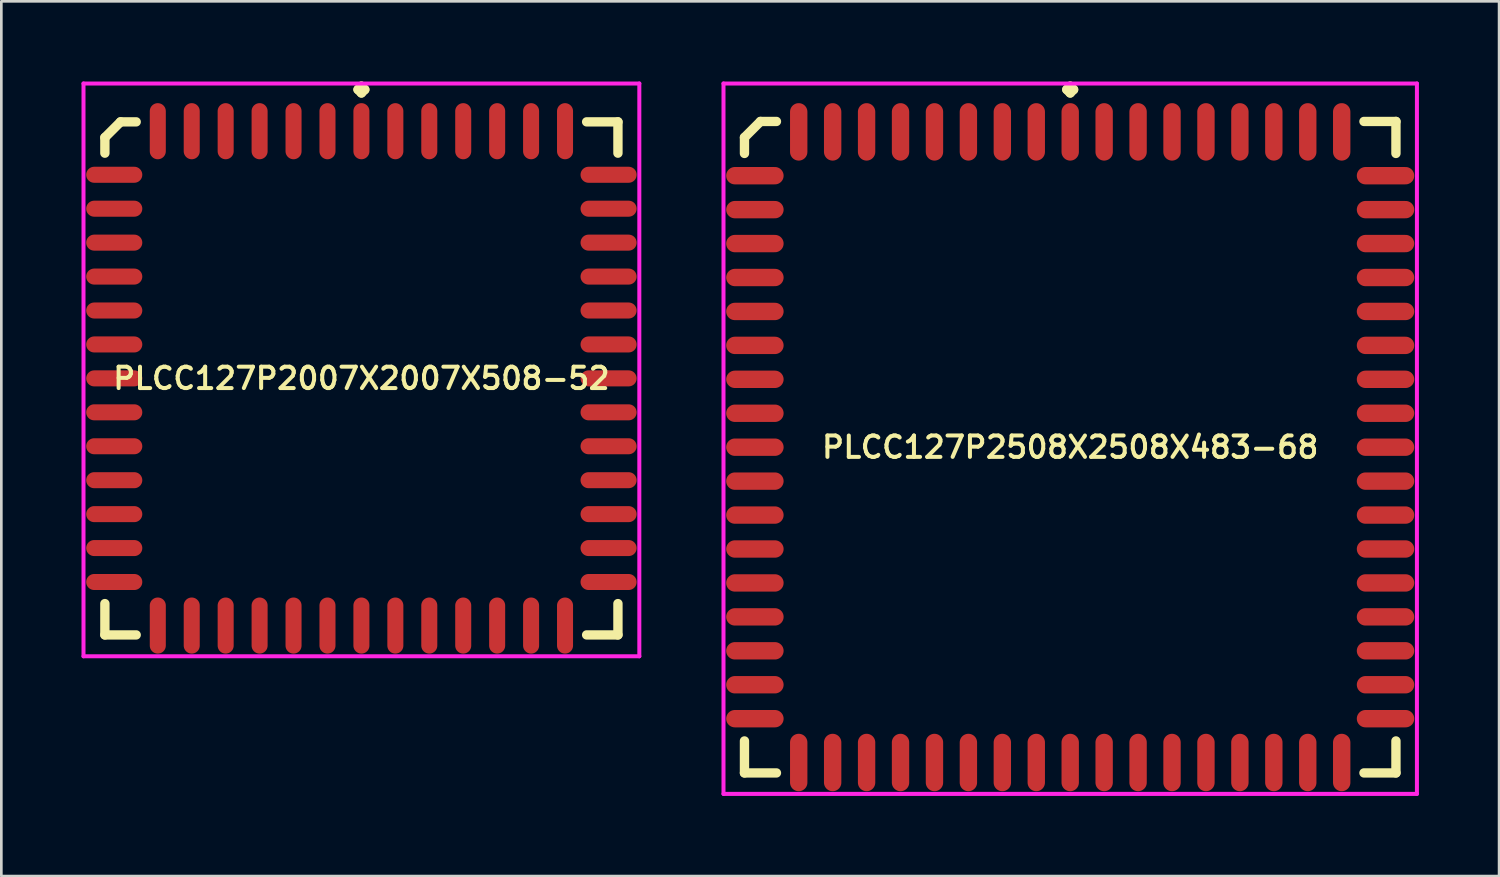
<source format=kicad_pcb>
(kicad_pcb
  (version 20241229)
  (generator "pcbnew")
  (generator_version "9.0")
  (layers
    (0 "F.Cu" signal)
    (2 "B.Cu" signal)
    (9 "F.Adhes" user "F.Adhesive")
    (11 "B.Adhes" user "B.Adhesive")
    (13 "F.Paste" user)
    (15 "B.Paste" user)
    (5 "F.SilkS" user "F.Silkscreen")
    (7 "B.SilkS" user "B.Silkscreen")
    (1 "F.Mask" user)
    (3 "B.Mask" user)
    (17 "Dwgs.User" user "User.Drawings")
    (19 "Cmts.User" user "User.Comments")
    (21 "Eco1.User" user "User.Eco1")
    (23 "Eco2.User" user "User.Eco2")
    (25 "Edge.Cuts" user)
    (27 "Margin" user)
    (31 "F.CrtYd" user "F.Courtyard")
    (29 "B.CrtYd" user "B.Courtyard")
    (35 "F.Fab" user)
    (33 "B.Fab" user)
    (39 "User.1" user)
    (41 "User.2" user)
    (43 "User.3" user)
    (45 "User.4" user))
  (footprint "PLCC127P2508X2508X483-68"
    (layer "F.Cu")
    (at 37 13.685)
    (property "Reference" "PLCC127P2508X2508X483-68" (at 0 0 0) (layer "F.SilkS") (effects (font (size 0.8 0.8) (thickness 0.15))))
    (attr smd)
    (fp_line (start -12.19 -11.591) (end -11.591 -12.19) (stroke (width 0.35) (type solid)) (layer "F.SilkS"))
    (fp_line (start -12.19 -10.993) (end -12.19 -11.591) (stroke (width 0.35) (type solid)) (layer "F.SilkS"))
    (fp_line (start -12.19 10.993) (end -12.19 12.19) (stroke (width 0.35) (type solid)) (layer "F.SilkS"))
    (fp_line (start -12.19 12.19) (end -10.993 12.19) (stroke (width 0.35) (type solid)) (layer "F.SilkS"))
    (fp_line (start -11.591 -12.19) (end -10.993 -12.19) (stroke (width 0.35) (type solid)) (layer "F.SilkS"))
    (fp_line (start -0.127 -13.383) (end 0 -13.51) (stroke (width 0.35) (type solid)) (layer "F.SilkS"))
    (fp_line (start 0 -13.51) (end 0.127 -13.383) (stroke (width 0.35) (type solid)) (layer "F.SilkS"))
    (fp_line (start 0 -13.256) (end -0.127 -13.383) (stroke (width 0.35) (type solid)) (layer "F.SilkS"))
    (fp_line (start 0.127 -13.383) (end 0 -13.256) (stroke (width 0.35) (type solid)) (layer "F.SilkS"))
    (fp_line (start 12.19 -12.19) (end 10.993 -12.19) (stroke (width 0.35) (type solid)) (layer "F.SilkS"))
    (fp_line (start 12.19 -10.993) (end 12.19 -12.19) (stroke (width 0.35) (type solid)) (layer "F.SilkS"))
    (fp_line (start 12.19 10.993) (end 12.19 12.19) (stroke (width 0.35) (type solid)) (layer "F.SilkS"))
    (fp_line (start 12.19 12.19) (end 10.993 12.19) (stroke (width 0.35) (type solid)) (layer "F.SilkS"))
    (fp_line (start -12.975 -13.61) (end 12.975 -13.61) (stroke (width 0.15) (type solid)) (layer "F.CrtYd"))
    (fp_line (start -12.975 12.975) (end -12.975 -13.61) (stroke (width 0.15) (type solid)) (layer "F.CrtYd"))
    (fp_line (start 12.975 -13.61) (end 12.975 12.975) (stroke (width 0.15) (type solid)) (layer "F.CrtYd"))
    (fp_line (start 12.975 12.975) (end -12.975 12.975) (stroke (width 0.15) (type solid)) (layer "F.CrtYd"))
    (pad "1" smd oval (at 0 -11.8) (size 0.65 2.15) (layers "F.Cu" "F.Mask" "F.Paste"))
    (pad "2" smd oval (at -1.27 -11.8) (size 0.65 2.15) (layers "F.Cu" "F.Mask" "F.Paste"))
    (pad "3" smd oval (at -2.54 -11.8) (size 0.65 2.15) (layers "F.Cu" "F.Mask" "F.Paste"))
    (pad "4" smd oval (at -3.81 -11.8) (size 0.65 2.15) (layers "F.Cu" "F.Mask" "F.Paste"))
    (pad "5" smd oval (at -5.08 -11.8) (size 0.65 2.15) (layers "F.Cu" "F.Mask" "F.Paste"))
    (pad "6" smd oval (at -6.35 -11.8) (size 0.65 2.15) (layers "F.Cu" "F.Mask" "F.Paste"))
    (pad "7" smd oval (at -7.62 -11.8) (size 0.65 2.15) (layers "F.Cu" "F.Mask" "F.Paste"))
    (pad "8" smd oval (at -8.89 -11.8) (size 0.65 2.15) (layers "F.Cu" "F.Mask" "F.Paste"))
    (pad "9" smd oval (at -10.16 -11.8) (size 0.65 2.15) (layers "F.Cu" "F.Mask" "F.Paste"))
    (pad "10" smd oval (at -11.8 -10.16) (size 2.15 0.65) (layers "F.Cu" "F.Mask" "F.Paste"))
    (pad "11" smd oval (at -11.8 -8.89) (size 2.15 0.65) (layers "F.Cu" "F.Mask" "F.Paste"))
    (pad "12" smd oval (at -11.8 -7.62) (size 2.15 0.65) (layers "F.Cu" "F.Mask" "F.Paste"))
    (pad "13" smd oval (at -11.8 -6.35) (size 2.15 0.65) (layers "F.Cu" "F.Mask" "F.Paste"))
    (pad "14" smd oval (at -11.8 -5.08) (size 2.15 0.65) (layers "F.Cu" "F.Mask" "F.Paste"))
    (pad "15" smd oval (at -11.8 -3.81) (size 2.15 0.65) (layers "F.Cu" "F.Mask" "F.Paste"))
    (pad "16" smd oval (at -11.8 -2.54) (size 2.15 0.65) (layers "F.Cu" "F.Mask" "F.Paste"))
    (pad "17" smd oval (at -11.8 -1.27) (size 2.15 0.65) (layers "F.Cu" "F.Mask" "F.Paste"))
    (pad "18" smd oval (at -11.8 0) (size 2.15 0.65) (layers "F.Cu" "F.Mask" "F.Paste"))
    (pad "19" smd oval (at -11.8 1.27) (size 2.15 0.65) (layers "F.Cu" "F.Mask" "F.Paste"))
    (pad "20" smd oval (at -11.8 2.54) (size 2.15 0.65) (layers "F.Cu" "F.Mask" "F.Paste"))
    (pad "21" smd oval (at -11.8 3.81) (size 2.15 0.65) (layers "F.Cu" "F.Mask" "F.Paste"))
    (pad "22" smd oval (at -11.8 5.08) (size 2.15 0.65) (layers "F.Cu" "F.Mask" "F.Paste"))
    (pad "23" smd oval (at -11.8 6.35) (size 2.15 0.65) (layers "F.Cu" "F.Mask" "F.Paste"))
    (pad "24" smd oval (at -11.8 7.62) (size 2.15 0.65) (layers "F.Cu" "F.Mask" "F.Paste"))
    (pad "25" smd oval (at -11.8 8.89) (size 2.15 0.65) (layers "F.Cu" "F.Mask" "F.Paste"))
    (pad "26" smd oval (at -11.8 10.16) (size 2.15 0.65) (layers "F.Cu" "F.Mask" "F.Paste"))
    (pad "27" smd oval (at -10.16 11.8) (size 0.65 2.15) (layers "F.Cu" "F.Mask" "F.Paste"))
    (pad "28" smd oval (at -8.89 11.8) (size 0.65 2.15) (layers "F.Cu" "F.Mask" "F.Paste"))
    (pad "29" smd oval (at -7.62 11.8) (size 0.65 2.15) (layers "F.Cu" "F.Mask" "F.Paste"))
    (pad "30" smd oval (at -6.35 11.8) (size 0.65 2.15) (layers "F.Cu" "F.Mask" "F.Paste"))
    (pad "31" smd oval (at -5.08 11.8) (size 0.65 2.15) (layers "F.Cu" "F.Mask" "F.Paste"))
    (pad "32" smd oval (at -3.81 11.8) (size 0.65 2.15) (layers "F.Cu" "F.Mask" "F.Paste"))
    (pad "33" smd oval (at -2.54 11.8) (size 0.65 2.15) (layers "F.Cu" "F.Mask" "F.Paste"))
    (pad "34" smd oval (at -1.27 11.8) (size 0.65 2.15) (layers "F.Cu" "F.Mask" "F.Paste"))
    (pad "35" smd oval (at 0 11.8) (size 0.65 2.15) (layers "F.Cu" "F.Mask" "F.Paste"))
    (pad "36" smd oval (at 1.27 11.8) (size 0.65 2.15) (layers "F.Cu" "F.Mask" "F.Paste"))
    (pad "37" smd oval (at 2.54 11.8) (size 0.65 2.15) (layers "F.Cu" "F.Mask" "F.Paste"))
    (pad "38" smd oval (at 3.81 11.8) (size 0.65 2.15) (layers "F.Cu" "F.Mask" "F.Paste"))
    (pad "39" smd oval (at 5.08 11.8) (size 0.65 2.15) (layers "F.Cu" "F.Mask" "F.Paste"))
    (pad "40" smd oval (at 6.35 11.8) (size 0.65 2.15) (layers "F.Cu" "F.Mask" "F.Paste"))
    (pad "41" smd oval (at 7.62 11.8) (size 0.65 2.15) (layers "F.Cu" "F.Mask" "F.Paste"))
    (pad "42" smd oval (at 8.89 11.8) (size 0.65 2.15) (layers "F.Cu" "F.Mask" "F.Paste"))
    (pad "43" smd oval (at 10.16 11.8) (size 0.65 2.15) (layers "F.Cu" "F.Mask" "F.Paste"))
    (pad "44" smd oval (at 11.8 10.16) (size 2.15 0.65) (layers "F.Cu" "F.Mask" "F.Paste"))
    (pad "45" smd oval (at 11.8 8.89) (size 2.15 0.65) (layers "F.Cu" "F.Mask" "F.Paste"))
    (pad "46" smd oval (at 11.8 7.62) (size 2.15 0.65) (layers "F.Cu" "F.Mask" "F.Paste"))
    (pad "47" smd oval (at 11.8 6.35) (size 2.15 0.65) (layers "F.Cu" "F.Mask" "F.Paste"))
    (pad "48" smd oval (at 11.8 5.08) (size 2.15 0.65) (layers "F.Cu" "F.Mask" "F.Paste"))
    (pad "49" smd oval (at 11.8 3.81) (size 2.15 0.65) (layers "F.Cu" "F.Mask" "F.Paste"))
    (pad "50" smd oval (at 11.8 2.54) (size 2.15 0.65) (layers "F.Cu" "F.Mask" "F.Paste"))
    (pad "51" smd oval (at 11.8 1.27) (size 2.15 0.65) (layers "F.Cu" "F.Mask" "F.Paste"))
    (pad "52" smd oval (at 11.8 0) (size 2.15 0.65) (layers "F.Cu" "F.Mask" "F.Paste"))
    (pad "53" smd oval (at 11.8 -1.27) (size 2.15 0.65) (layers "F.Cu" "F.Mask" "F.Paste"))
    (pad "54" smd oval (at 11.8 -2.54) (size 2.15 0.65) (layers "F.Cu" "F.Mask" "F.Paste"))
    (pad "55" smd oval (at 11.8 -3.81) (size 2.15 0.65) (layers "F.Cu" "F.Mask" "F.Paste"))
    (pad "56" smd oval (at 11.8 -5.08) (size 2.15 0.65) (layers "F.Cu" "F.Mask" "F.Paste"))
    (pad "57" smd oval (at 11.8 -6.35) (size 2.15 0.65) (layers "F.Cu" "F.Mask" "F.Paste"))
    (pad "58" smd oval (at 11.8 -7.62) (size 2.15 0.65) (layers "F.Cu" "F.Mask" "F.Paste"))
    (pad "59" smd oval (at 11.8 -8.89) (size 2.15 0.65) (layers "F.Cu" "F.Mask" "F.Paste"))
    (pad "60" smd oval (at 11.8 -10.16) (size 2.15 0.65) (layers "F.Cu" "F.Mask" "F.Paste"))
    (pad "61" smd oval (at 10.16 -11.8) (size 0.65 2.15) (layers "F.Cu" "F.Mask" "F.Paste"))
    (pad "62" smd oval (at 8.89 -11.8) (size 0.65 2.15) (layers "F.Cu" "F.Mask" "F.Paste"))
    (pad "63" smd oval (at 7.62 -11.8) (size 0.65 2.15) (layers "F.Cu" "F.Mask" "F.Paste"))
    (pad "64" smd oval (at 6.35 -11.8) (size 0.65 2.15) (layers "F.Cu" "F.Mask" "F.Paste"))
    (pad "65" smd oval (at 5.08 -11.8) (size 0.65 2.15) (layers "F.Cu" "F.Mask" "F.Paste"))
    (pad "66" smd oval (at 3.81 -11.8) (size 0.65 2.15) (layers "F.Cu" "F.Mask" "F.Paste"))
    (pad "67" smd oval (at 2.54 -11.8) (size 0.65 2.15) (layers "F.Cu" "F.Mask" "F.Paste"))
    (pad "68" smd oval (at 1.27 -11.8) (size 0.65 2.15) (layers "F.Cu" "F.Mask" "F.Paste")))
  (footprint "PLCC127P2007X2007X508-52"
    (layer "F.Cu")
    (at 10.475 11.11)
    (property "Reference" "PLCC127P2007X2007X508-52" (at 0 0 0) (layer "F.SilkS") (effects (font (size 0.8 0.8) (thickness 0.15))))
    (attr smd)
    (fp_line (start -9.6 -9.014) (end -9.014 -9.6) (stroke (width 0.35) (type solid)) (layer "F.SilkS"))
    (fp_line (start -9.6 -8.428) (end -9.6 -9.014) (stroke (width 0.35) (type solid)) (layer "F.SilkS"))
    (fp_line (start -9.6 8.428) (end -9.6 9.6) (stroke (width 0.35) (type solid)) (layer "F.SilkS"))
    (fp_line (start -9.6 9.6) (end -8.428 9.6) (stroke (width 0.35) (type solid)) (layer "F.SilkS"))
    (fp_line (start -9.014 -9.6) (end -8.428 -9.6) (stroke (width 0.35) (type solid)) (layer "F.SilkS"))
    (fp_line (start -0.127 -10.808) (end 0 -10.935) (stroke (width 0.35) (type solid)) (layer "F.SilkS"))
    (fp_line (start 0 -10.935) (end 0.127 -10.808) (stroke (width 0.35) (type solid)) (layer "F.SilkS"))
    (fp_line (start 0 -10.681) (end -0.127 -10.808) (stroke (width 0.35) (type solid)) (layer "F.SilkS"))
    (fp_line (start 0.127 -10.808) (end 0 -10.681) (stroke (width 0.35) (type solid)) (layer "F.SilkS"))
    (fp_line (start 9.6 -9.6) (end 8.428 -9.6) (stroke (width 0.35) (type solid)) (layer "F.SilkS"))
    (fp_line (start 9.6 -8.428) (end 9.6 -9.6) (stroke (width 0.35) (type solid)) (layer "F.SilkS"))
    (fp_line (start 9.6 8.428) (end 9.6 9.6) (stroke (width 0.35) (type solid)) (layer "F.SilkS"))
    (fp_line (start 9.6 9.6) (end 8.428 9.6) (stroke (width 0.35) (type solid)) (layer "F.SilkS"))
    (fp_line (start -10.4 -11.035) (end 10.4 -11.035) (stroke (width 0.15) (type solid)) (layer "F.CrtYd"))
    (fp_line (start -10.4 10.4) (end -10.4 -11.035) (stroke (width 0.15) (type solid)) (layer "F.CrtYd"))
    (fp_line (start 10.4 -11.035) (end 10.4 10.4) (stroke (width 0.15) (type solid)) (layer "F.CrtYd"))
    (fp_line (start 10.4 10.4) (end -10.4 10.4) (stroke (width 0.15) (type solid)) (layer "F.CrtYd"))
    (pad "1" smd oval (at 0 -9.25) (size 0.6 2.1) (layers "F.Cu" "F.Mask" "F.Paste"))
    (pad "2" smd oval (at -1.27 -9.25) (size 0.6 2.1) (layers "F.Cu" "F.Mask" "F.Paste"))
    (pad "3" smd oval (at -2.54 -9.25) (size 0.6 2.1) (layers "F.Cu" "F.Mask" "F.Paste"))
    (pad "4" smd oval (at -3.81 -9.25) (size 0.6 2.1) (layers "F.Cu" "F.Mask" "F.Paste"))
    (pad "5" smd oval (at -5.08 -9.25) (size 0.6 2.1) (layers "F.Cu" "F.Mask" "F.Paste"))
    (pad "6" smd oval (at -6.35 -9.25) (size 0.6 2.1) (layers "F.Cu" "F.Mask" "F.Paste"))
    (pad "7" smd oval (at -7.62 -9.25) (size 0.6 2.1) (layers "F.Cu" "F.Mask" "F.Paste"))
    (pad "8" smd oval (at -9.25 -7.62) (size 2.1 0.6) (layers "F.Cu" "F.Mask" "F.Paste"))
    (pad "9" smd oval (at -9.25 -6.35) (size 2.1 0.6) (layers "F.Cu" "F.Mask" "F.Paste"))
    (pad "10" smd oval (at -9.25 -5.08) (size 2.1 0.6) (layers "F.Cu" "F.Mask" "F.Paste"))
    (pad "11" smd oval (at -9.25 -3.81) (size 2.1 0.6) (layers "F.Cu" "F.Mask" "F.Paste"))
    (pad "12" smd oval (at -9.25 -2.54) (size 2.1 0.6) (layers "F.Cu" "F.Mask" "F.Paste"))
    (pad "13" smd oval (at -9.25 -1.27) (size 2.1 0.6) (layers "F.Cu" "F.Mask" "F.Paste"))
    (pad "14" smd oval (at -9.25 0) (size 2.1 0.6) (layers "F.Cu" "F.Mask" "F.Paste"))
    (pad "15" smd oval (at -9.25 1.27) (size 2.1 0.6) (layers "F.Cu" "F.Mask" "F.Paste"))
    (pad "16" smd oval (at -9.25 2.54) (size 2.1 0.6) (layers "F.Cu" "F.Mask" "F.Paste"))
    (pad "17" smd oval (at -9.25 3.81) (size 2.1 0.6) (layers "F.Cu" "F.Mask" "F.Paste"))
    (pad "18" smd oval (at -9.25 5.08) (size 2.1 0.6) (layers "F.Cu" "F.Mask" "F.Paste"))
    (pad "19" smd oval (at -9.25 6.35) (size 2.1 0.6) (layers "F.Cu" "F.Mask" "F.Paste"))
    (pad "20" smd oval (at -9.25 7.62) (size 2.1 0.6) (layers "F.Cu" "F.Mask" "F.Paste"))
    (pad "21" smd oval (at -7.62 9.25) (size 0.6 2.1) (layers "F.Cu" "F.Mask" "F.Paste"))
    (pad "22" smd oval (at -6.35 9.25) (size 0.6 2.1) (layers "F.Cu" "F.Mask" "F.Paste"))
    (pad "23" smd oval (at -5.08 9.25) (size 0.6 2.1) (layers "F.Cu" "F.Mask" "F.Paste"))
    (pad "24" smd oval (at -3.81 9.25) (size 0.6 2.1) (layers "F.Cu" "F.Mask" "F.Paste"))
    (pad "25" smd oval (at -2.54 9.25) (size 0.6 2.1) (layers "F.Cu" "F.Mask" "F.Paste"))
    (pad "26" smd oval (at -1.27 9.25) (size 0.6 2.1) (layers "F.Cu" "F.Mask" "F.Paste"))
    (pad "27" smd oval (at 0 9.25) (size 0.6 2.1) (layers "F.Cu" "F.Mask" "F.Paste"))
    (pad "28" smd oval (at 1.27 9.25) (size 0.6 2.1) (layers "F.Cu" "F.Mask" "F.Paste"))
    (pad "29" smd oval (at 2.54 9.25) (size 0.6 2.1) (layers "F.Cu" "F.Mask" "F.Paste"))
    (pad "30" smd oval (at 3.81 9.25) (size 0.6 2.1) (layers "F.Cu" "F.Mask" "F.Paste"))
    (pad "31" smd oval (at 5.08 9.25) (size 0.6 2.1) (layers "F.Cu" "F.Mask" "F.Paste"))
    (pad "32" smd oval (at 6.35 9.25) (size 0.6 2.1) (layers "F.Cu" "F.Mask" "F.Paste"))
    (pad "33" smd oval (at 7.62 9.25) (size 0.6 2.1) (layers "F.Cu" "F.Mask" "F.Paste"))
    (pad "34" smd oval (at 9.25 7.62) (size 2.1 0.6) (layers "F.Cu" "F.Mask" "F.Paste"))
    (pad "35" smd oval (at 9.25 6.35) (size 2.1 0.6) (layers "F.Cu" "F.Mask" "F.Paste"))
    (pad "36" smd oval (at 9.25 5.08) (size 2.1 0.6) (layers "F.Cu" "F.Mask" "F.Paste"))
    (pad "37" smd oval (at 9.25 3.81) (size 2.1 0.6) (layers "F.Cu" "F.Mask" "F.Paste"))
    (pad "38" smd oval (at 9.25 2.54) (size 2.1 0.6) (layers "F.Cu" "F.Mask" "F.Paste"))
    (pad "39" smd oval (at 9.25 1.27) (size 2.1 0.6) (layers "F.Cu" "F.Mask" "F.Paste"))
    (pad "40" smd oval (at 9.25 0) (size 2.1 0.6) (layers "F.Cu" "F.Mask" "F.Paste"))
    (pad "41" smd oval (at 9.25 -1.27) (size 2.1 0.6) (layers "F.Cu" "F.Mask" "F.Paste"))
    (pad "42" smd oval (at 9.25 -2.54) (size 2.1 0.6) (layers "F.Cu" "F.Mask" "F.Paste"))
    (pad "43" smd oval (at 9.25 -3.81) (size 2.1 0.6) (layers "F.Cu" "F.Mask" "F.Paste"))
    (pad "44" smd oval (at 9.25 -5.08) (size 2.1 0.6) (layers "F.Cu" "F.Mask" "F.Paste"))
    (pad "45" smd oval (at 9.25 -6.35) (size 2.1 0.6) (layers "F.Cu" "F.Mask" "F.Paste"))
    (pad "46" smd oval (at 9.25 -7.62) (size 2.1 0.6) (layers "F.Cu" "F.Mask" "F.Paste"))
    (pad "47" smd oval (at 7.62 -9.25) (size 0.6 2.1) (layers "F.Cu" "F.Mask" "F.Paste"))
    (pad "48" smd oval (at 6.35 -9.25) (size 0.6 2.1) (layers "F.Cu" "F.Mask" "F.Paste"))
    (pad "49" smd oval (at 5.08 -9.25) (size 0.6 2.1) (layers "F.Cu" "F.Mask" "F.Paste"))
    (pad "50" smd oval (at 3.81 -9.25) (size 0.6 2.1) (layers "F.Cu" "F.Mask" "F.Paste"))
    (pad "51" smd oval (at 2.54 -9.25) (size 0.6 2.1) (layers "F.Cu" "F.Mask" "F.Paste"))
    (pad "52" smd oval (at 1.27 -9.25) (size 0.6 2.1) (layers "F.Cu" "F.Mask" "F.Paste")))
  (gr_rect
    (start -3 -3)
    (end 53.05 29.735)
    (stroke (width 0.1) (type default))
    (fill no)
    (layer "Edge.Cuts")))
</source>
